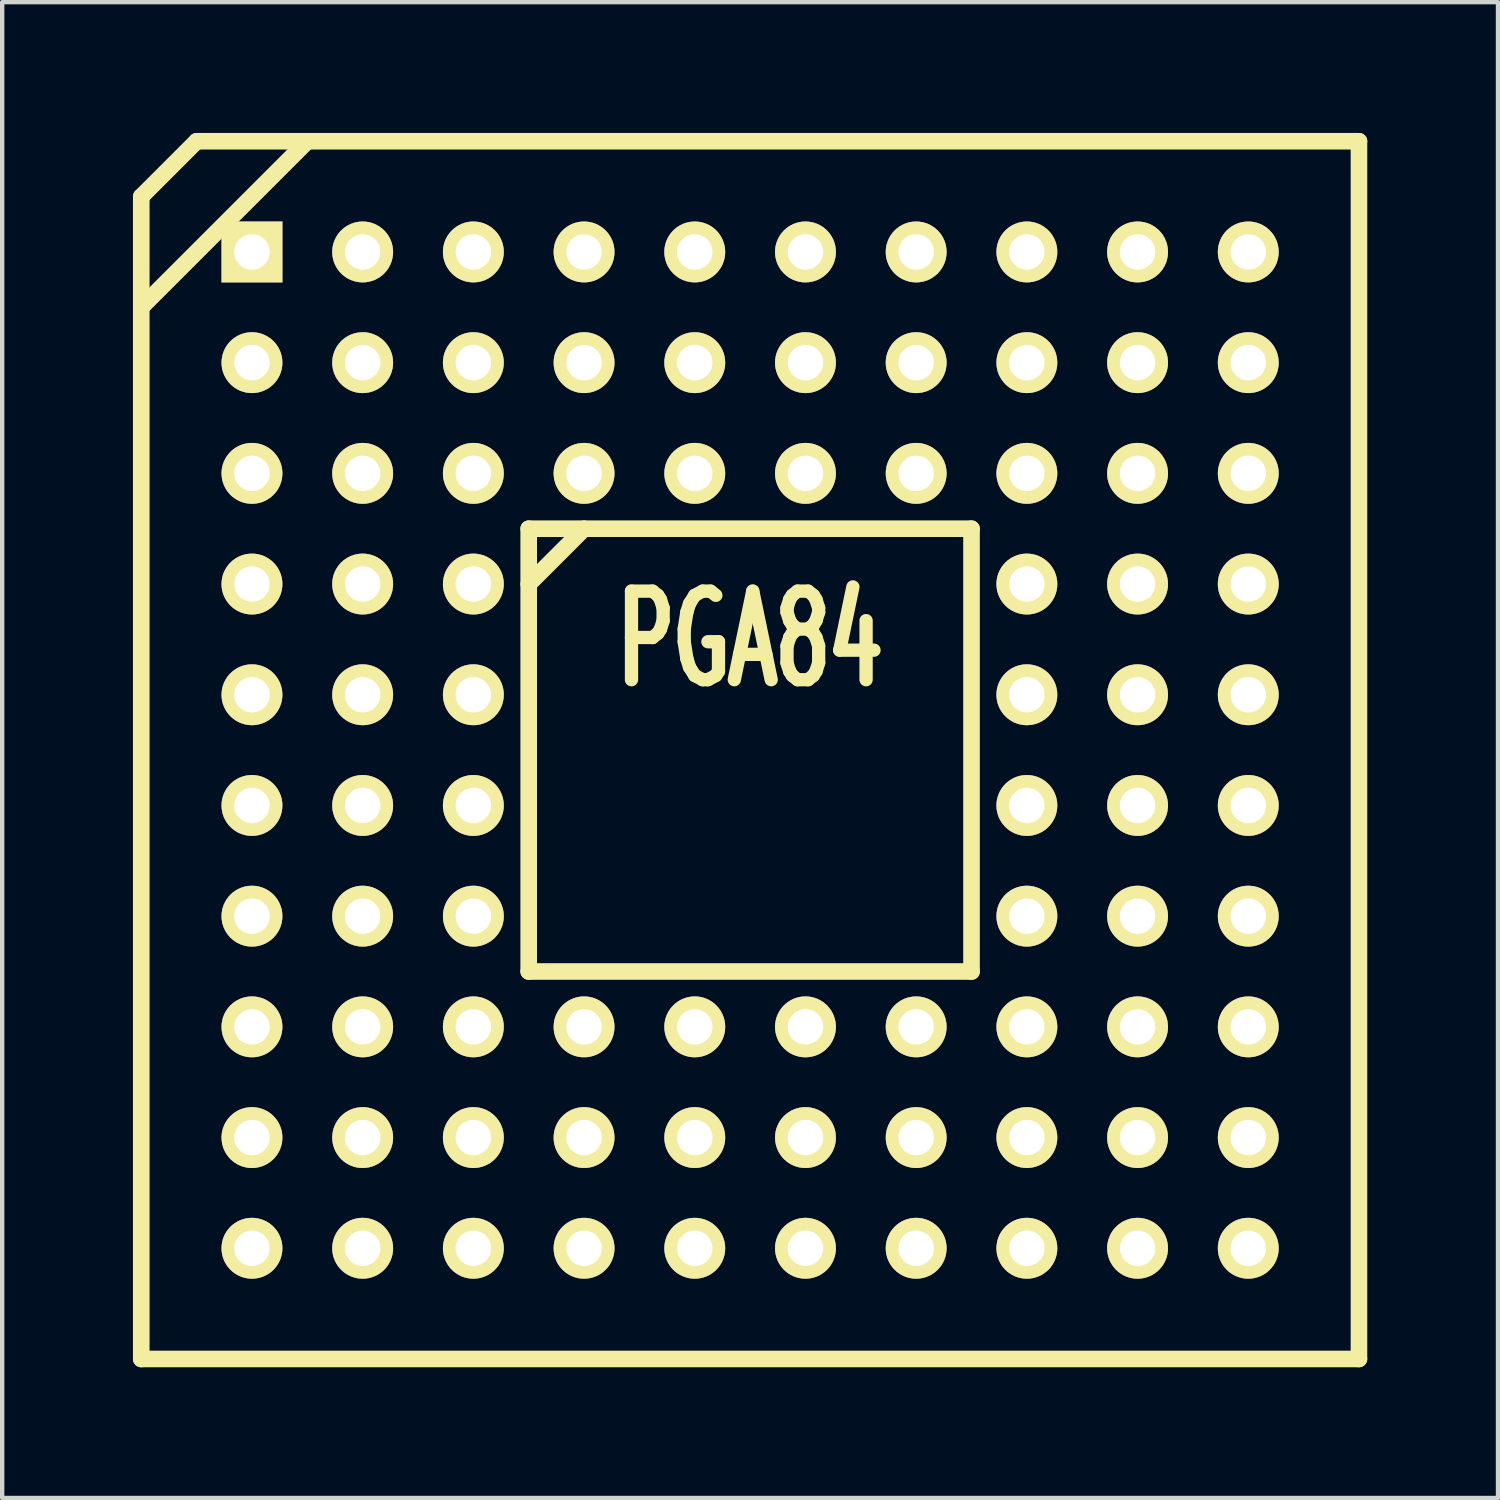
<source format=kicad_pcb>
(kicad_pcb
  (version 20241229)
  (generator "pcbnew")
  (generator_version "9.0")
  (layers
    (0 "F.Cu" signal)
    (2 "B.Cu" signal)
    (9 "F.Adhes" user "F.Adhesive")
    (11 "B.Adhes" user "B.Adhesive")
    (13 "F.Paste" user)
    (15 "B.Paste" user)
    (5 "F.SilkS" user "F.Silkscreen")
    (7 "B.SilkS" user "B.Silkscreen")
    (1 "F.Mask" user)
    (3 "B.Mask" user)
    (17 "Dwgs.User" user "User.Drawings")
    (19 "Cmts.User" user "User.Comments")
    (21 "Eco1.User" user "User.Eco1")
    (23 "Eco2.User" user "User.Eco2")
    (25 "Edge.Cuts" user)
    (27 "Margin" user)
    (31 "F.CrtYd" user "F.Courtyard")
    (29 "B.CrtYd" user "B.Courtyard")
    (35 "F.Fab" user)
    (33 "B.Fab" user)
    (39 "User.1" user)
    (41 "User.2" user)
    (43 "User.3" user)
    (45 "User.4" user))
  (footprint "PGA84"
    (layer "F.Cu")
    (at 14.161 14.161)
    (property "Reference" "PGA84" (at 0 -2.54 0) (layer "F.SilkS") (effects (font (size 2.032 1.27) (thickness 0.305))))
    (attr through_hole)
    (fp_line (start -13.97 -12.7) (end -12.7 -13.97) (stroke (width 0.381) (type solid)) (layer "F.SilkS"))
    (fp_line (start -13.97 -10.16) (end -10.16 -13.97) (stroke (width 0.381) (type solid)) (layer "F.SilkS"))
    (fp_line (start -13.97 13.97) (end -13.97 -12.7) (stroke (width 0.381) (type solid)) (layer "F.SilkS"))
    (fp_line (start -12.7 -13.97) (end 13.97 -13.97) (stroke (width 0.381) (type solid)) (layer "F.SilkS"))
    (fp_line (start -5.08 -5.08) (end 5.08 -5.08) (stroke (width 0.381) (type solid)) (layer "F.SilkS"))
    (fp_line (start -5.08 -3.81) (end -3.81 -5.08) (stroke (width 0.381) (type solid)) (layer "F.SilkS"))
    (fp_line (start -5.08 5.08) (end -5.08 -5.08) (stroke (width 0.381) (type solid)) (layer "F.SilkS"))
    (fp_line (start 5.08 -5.08) (end 5.08 5.08) (stroke (width 0.381) (type solid)) (layer "F.SilkS"))
    (fp_line (start 5.08 5.08) (end -5.08 5.08) (stroke (width 0.381) (type solid)) (layer "F.SilkS"))
    (fp_line (start 13.97 -13.97) (end 13.97 13.97) (stroke (width 0.381) (type solid)) (layer "F.SilkS"))
    (fp_line (start 13.97 13.97) (end -13.97 13.97) (stroke (width 0.381) (type solid)) (layer "F.SilkS"))
    (pad "A1" thru_hole rect (at -11.43 -11.43) (size 1.397 1.397) (drill 0.813) (layers "*.Cu" "*.Mask" "F.SilkS"))
    (pad "A2" thru_hole circle (at -8.89 -11.43) (size 1.397 1.397) (drill 0.813) (layers "*.Cu" "*.Mask" "F.SilkS"))
    (pad "A3" thru_hole circle (at -6.35 -11.43) (size 1.397 1.397) (drill 0.813) (layers "*.Cu" "*.Mask" "F.SilkS"))
    (pad "A4" thru_hole circle (at -3.81 -11.43) (size 1.397 1.397) (drill 0.813) (layers "*.Cu" "*.Mask" "F.SilkS"))
    (pad "A5" thru_hole circle (at -1.27 -11.43) (size 1.397 1.397) (drill 0.813) (layers "*.Cu" "*.Mask" "F.SilkS"))
    (pad "A6" thru_hole circle (at 1.27 -11.43) (size 1.397 1.397) (drill 0.813) (layers "*.Cu" "*.Mask" "F.SilkS"))
    (pad "A7" thru_hole circle (at 3.81 -11.43) (size 1.397 1.397) (drill 0.813) (layers "*.Cu" "*.Mask" "F.SilkS"))
    (pad "A8" thru_hole circle (at 6.35 -11.43) (size 1.397 1.397) (drill 0.813) (layers "*.Cu" "*.Mask" "F.SilkS"))
    (pad "A9" thru_hole circle (at 8.89 -11.43) (size 1.397 1.397) (drill 0.813) (layers "*.Cu" "*.Mask" "F.SilkS"))
    (pad "A10" thru_hole circle (at 11.43 -11.43) (size 1.397 1.397) (drill 0.813) (layers "*.Cu" "*.Mask" "F.SilkS"))
    (pad "B1" thru_hole circle (at -11.43 -8.89) (size 1.397 1.397) (drill 0.813) (layers "*.Cu" "*.Mask" "F.SilkS"))
    (pad "B2" thru_hole circle (at -8.89 -8.89) (size 1.397 1.397) (drill 0.813) (layers "*.Cu" "*.Mask" "F.SilkS"))
    (pad "B3" thru_hole circle (at -6.35 -8.89) (size 1.397 1.397) (drill 0.813) (layers "*.Cu" "*.Mask" "F.SilkS"))
    (pad "B4" thru_hole circle (at -3.81 -8.89) (size 1.397 1.397) (drill 0.813) (layers "*.Cu" "*.Mask" "F.SilkS"))
    (pad "B5" thru_hole circle (at -1.27 -8.89) (size 1.397 1.397) (drill 0.813) (layers "*.Cu" "*.Mask" "F.SilkS"))
    (pad "B6" thru_hole circle (at 1.27 -8.89) (size 1.397 1.397) (drill 0.813) (layers "*.Cu" "*.Mask" "F.SilkS"))
    (pad "B7" thru_hole circle (at 3.81 -8.89) (size 1.397 1.397) (drill 0.813) (layers "*.Cu" "*.Mask" "F.SilkS"))
    (pad "B8" thru_hole circle (at 6.35 -8.89) (size 1.397 1.397) (drill 0.813) (layers "*.Cu" "*.Mask" "F.SilkS"))
    (pad "B9" thru_hole circle (at 8.89 -8.89) (size 1.397 1.397) (drill 0.813) (layers "*.Cu" "*.Mask" "F.SilkS"))
    (pad "B10" thru_hole circle (at 11.43 -8.89) (size 1.397 1.397) (drill 0.813) (layers "*.Cu" "*.Mask" "F.SilkS"))
    (pad "C1" thru_hole circle (at -11.43 -6.35) (size 1.397 1.397) (drill 0.813) (layers "*.Cu" "*.Mask" "F.SilkS"))
    (pad "C2" thru_hole circle (at -8.89 -6.35) (size 1.397 1.397) (drill 0.813) (layers "*.Cu" "*.Mask" "F.SilkS"))
    (pad "C3" thru_hole circle (at -6.35 -6.35) (size 1.397 1.397) (drill 0.813) (layers "*.Cu" "*.Mask" "F.SilkS"))
    (pad "C4" thru_hole circle (at -3.81 -6.35) (size 1.397 1.397) (drill 0.813) (layers "*.Cu" "*.Mask" "F.SilkS"))
    (pad "C5" thru_hole circle (at -1.27 -6.35) (size 1.397 1.397) (drill 0.813) (layers "*.Cu" "*.Mask" "F.SilkS"))
    (pad "C6" thru_hole circle (at 1.27 -6.35) (size 1.397 1.397) (drill 0.813) (layers "*.Cu" "*.Mask" "F.SilkS"))
    (pad "C7" thru_hole circle (at 3.81 -6.35) (size 1.397 1.397) (drill 0.813) (layers "*.Cu" "*.Mask" "F.SilkS"))
    (pad "C8" thru_hole circle (at 6.35 -6.35) (size 1.397 1.397) (drill 0.813) (layers "*.Cu" "*.Mask" "F.SilkS"))
    (pad "C9" thru_hole circle (at 8.89 -6.35) (size 1.397 1.397) (drill 0.813) (layers "*.Cu" "*.Mask" "F.SilkS"))
    (pad "C10" thru_hole circle (at 11.43 -6.35) (size 1.397 1.397) (drill 0.813) (layers "*.Cu" "*.Mask" "F.SilkS"))
    (pad "D1" thru_hole circle (at -11.43 -3.81) (size 1.397 1.397) (drill 0.813) (layers "*.Cu" "*.Mask" "F.SilkS"))
    (pad "D2" thru_hole circle (at -8.89 -3.81) (size 1.397 1.397) (drill 0.813) (layers "*.Cu" "*.Mask" "F.SilkS"))
    (pad "D3" thru_hole circle (at -6.35 -3.81) (size 1.397 1.397) (drill 0.813) (layers "*.Cu" "*.Mask" "F.SilkS"))
    (pad "D8" thru_hole circle (at 6.35 -3.81) (size 1.397 1.397) (drill 0.813) (layers "*.Cu" "*.Mask" "F.SilkS"))
    (pad "D9" thru_hole circle (at 8.89 -3.81) (size 1.397 1.397) (drill 0.813) (layers "*.Cu" "*.Mask" "F.SilkS"))
    (pad "D10" thru_hole circle (at 11.43 -3.81) (size 1.397 1.397) (drill 0.813) (layers "*.Cu" "*.Mask" "F.SilkS"))
    (pad "E1" thru_hole circle (at -11.43 -1.27) (size 1.397 1.397) (drill 0.813) (layers "*.Cu" "*.Mask" "F.SilkS"))
    (pad "E2" thru_hole circle (at -8.89 -1.27) (size 1.397 1.397) (drill 0.813) (layers "*.Cu" "*.Mask" "F.SilkS"))
    (pad "E3" thru_hole circle (at -6.35 -1.27) (size 1.397 1.397) (drill 0.813) (layers "*.Cu" "*.Mask" "F.SilkS"))
    (pad "E8" thru_hole circle (at 6.35 -1.27) (size 1.397 1.397) (drill 0.813) (layers "*.Cu" "*.Mask" "F.SilkS"))
    (pad "E9" thru_hole circle (at 8.89 -1.27) (size 1.397 1.397) (drill 0.813) (layers "*.Cu" "*.Mask" "F.SilkS"))
    (pad "E10" thru_hole circle (at 11.43 -1.27) (size 1.397 1.397) (drill 0.813) (layers "*.Cu" "*.Mask" "F.SilkS"))
    (pad "F1" thru_hole circle (at -11.43 1.27) (size 1.397 1.397) (drill 0.813) (layers "*.Cu" "*.Mask" "F.SilkS"))
    (pad "F2" thru_hole circle (at -8.89 1.27) (size 1.397 1.397) (drill 0.813) (layers "*.Cu" "*.Mask" "F.SilkS"))
    (pad "F3" thru_hole circle (at -6.35 1.27) (size 1.397 1.397) (drill 0.813) (layers "*.Cu" "*.Mask" "F.SilkS"))
    (pad "F8" thru_hole circle (at 6.35 1.27) (size 1.397 1.397) (drill 0.813) (layers "*.Cu" "*.Mask" "F.SilkS"))
    (pad "F9" thru_hole circle (at 8.89 1.27) (size 1.397 1.397) (drill 0.813) (layers "*.Cu" "*.Mask" "F.SilkS"))
    (pad "F10" thru_hole circle (at 11.43 1.27) (size 1.397 1.397) (drill 0.813) (layers "*.Cu" "*.Mask" "F.SilkS"))
    (pad "G1" thru_hole circle (at -11.43 3.81) (size 1.397 1.397) (drill 0.813) (layers "*.Cu" "*.Mask" "F.SilkS"))
    (pad "G2" thru_hole circle (at -8.89 3.81) (size 1.397 1.397) (drill 0.813) (layers "*.Cu" "*.Mask" "F.SilkS"))
    (pad "G3" thru_hole circle (at -6.35 3.81) (size 1.397 1.397) (drill 0.813) (layers "*.Cu" "*.Mask" "F.SilkS"))
    (pad "G8" thru_hole circle (at 6.35 3.81) (size 1.397 1.397) (drill 0.813) (layers "*.Cu" "*.Mask" "F.SilkS"))
    (pad "G9" thru_hole circle (at 8.89 3.81) (size 1.397 1.397) (drill 0.813) (layers "*.Cu" "*.Mask" "F.SilkS"))
    (pad "G10" thru_hole circle (at 11.43 3.81) (size 1.397 1.397) (drill 0.813) (layers "*.Cu" "*.Mask" "F.SilkS"))
    (pad "H1" thru_hole circle (at -11.43 6.35) (size 1.397 1.397) (drill 0.813) (layers "*.Cu" "*.Mask" "F.SilkS"))
    (pad "H2" thru_hole circle (at -8.89 6.35) (size 1.397 1.397) (drill 0.813) (layers "*.Cu" "*.Mask" "F.SilkS"))
    (pad "H3" thru_hole circle (at -6.35 6.35) (size 1.397 1.397) (drill 0.813) (layers "*.Cu" "*.Mask" "F.SilkS"))
    (pad "H4" thru_hole circle (at -3.81 6.35) (size 1.397 1.397) (drill 0.813) (layers "*.Cu" "*.Mask" "F.SilkS"))
    (pad "H5" thru_hole circle (at -1.27 6.35) (size 1.397 1.397) (drill 0.813) (layers "*.Cu" "*.Mask" "F.SilkS"))
    (pad "H6" thru_hole circle (at 1.27 6.35) (size 1.397 1.397) (drill 0.813) (layers "*.Cu" "*.Mask" "F.SilkS"))
    (pad "H7" thru_hole circle (at 3.81 6.35) (size 1.397 1.397) (drill 0.813) (layers "*.Cu" "*.Mask" "F.SilkS"))
    (pad "H8" thru_hole circle (at 6.35 6.35) (size 1.397 1.397) (drill 0.813) (layers "*.Cu" "*.Mask" "F.SilkS"))
    (pad "H9" thru_hole circle (at 8.89 6.35) (size 1.397 1.397) (drill 0.813) (layers "*.Cu" "*.Mask" "F.SilkS"))
    (pad "H10" thru_hole circle (at 11.43 6.35) (size 1.397 1.397) (drill 0.813) (layers "*.Cu" "*.Mask" "F.SilkS"))
    (pad "J1" thru_hole circle (at -11.43 8.89) (size 1.397 1.397) (drill 0.813) (layers "*.Cu" "*.Mask" "F.SilkS"))
    (pad "J2" thru_hole circle (at -8.89 8.89) (size 1.397 1.397) (drill 0.813) (layers "*.Cu" "*.Mask" "F.SilkS"))
    (pad "J3" thru_hole circle (at -6.35 8.89) (size 1.397 1.397) (drill 0.813) (layers "*.Cu" "*.Mask" "F.SilkS"))
    (pad "J4" thru_hole circle (at -3.81 8.89) (size 1.397 1.397) (drill 0.813) (layers "*.Cu" "*.Mask" "F.SilkS"))
    (pad "J5" thru_hole circle (at -1.27 8.89) (size 1.397 1.397) (drill 0.813) (layers "*.Cu" "*.Mask" "F.SilkS"))
    (pad "J6" thru_hole circle (at 1.27 8.89) (size 1.397 1.397) (drill 0.813) (layers "*.Cu" "*.Mask" "F.SilkS"))
    (pad "J7" thru_hole circle (at 3.81 8.89) (size 1.397 1.397) (drill 0.813) (layers "*.Cu" "*.Mask" "F.SilkS"))
    (pad "J8" thru_hole circle (at 6.35 8.89) (size 1.397 1.397) (drill 0.813) (layers "*.Cu" "*.Mask" "F.SilkS"))
    (pad "J9" thru_hole circle (at 8.89 8.89) (size 1.397 1.397) (drill 0.813) (layers "*.Cu" "*.Mask" "F.SilkS"))
    (pad "J10" thru_hole circle (at 11.43 8.89) (size 1.397 1.397) (drill 0.813) (layers "*.Cu" "*.Mask" "F.SilkS"))
    (pad "K1" thru_hole circle (at -11.43 11.43) (size 1.397 1.397) (drill 0.813) (layers "*.Cu" "*.Mask" "F.SilkS"))
    (pad "K2" thru_hole circle (at -8.89 11.43) (size 1.397 1.397) (drill 0.813) (layers "*.Cu" "*.Mask" "F.SilkS"))
    (pad "K3" thru_hole circle (at -6.35 11.43) (size 1.397 1.397) (drill 0.813) (layers "*.Cu" "*.Mask" "F.SilkS"))
    (pad "K4" thru_hole circle (at -3.81 11.43) (size 1.397 1.397) (drill 0.813) (layers "*.Cu" "*.Mask" "F.SilkS"))
    (pad "K5" thru_hole circle (at -1.27 11.43) (size 1.397 1.397) (drill 0.813) (layers "*.Cu" "*.Mask" "F.SilkS"))
    (pad "K6" thru_hole circle (at 1.27 11.43) (size 1.397 1.397) (drill 0.813) (layers "*.Cu" "*.Mask" "F.SilkS"))
    (pad "K7" thru_hole circle (at 3.81 11.43) (size 1.397 1.397) (drill 0.813) (layers "*.Cu" "*.Mask" "F.SilkS"))
    (pad "K8" thru_hole circle (at 6.35 11.43) (size 1.397 1.397) (drill 0.813) (layers "*.Cu" "*.Mask" "F.SilkS"))
    (pad "K9" thru_hole circle (at 8.89 11.43) (size 1.397 1.397) (drill 0.813) (layers "*.Cu" "*.Mask" "F.SilkS"))
    (pad "K10" thru_hole circle (at 11.43 11.43) (size 1.397 1.397) (drill 0.813) (layers "*.Cu" "*.Mask" "F.SilkS")))
  (gr_rect
    (start -3 -3)
    (end 31.321 31.321)
    (stroke (width 0.1) (type default))
    (fill no)
    (layer "Edge.Cuts")))
</source>
